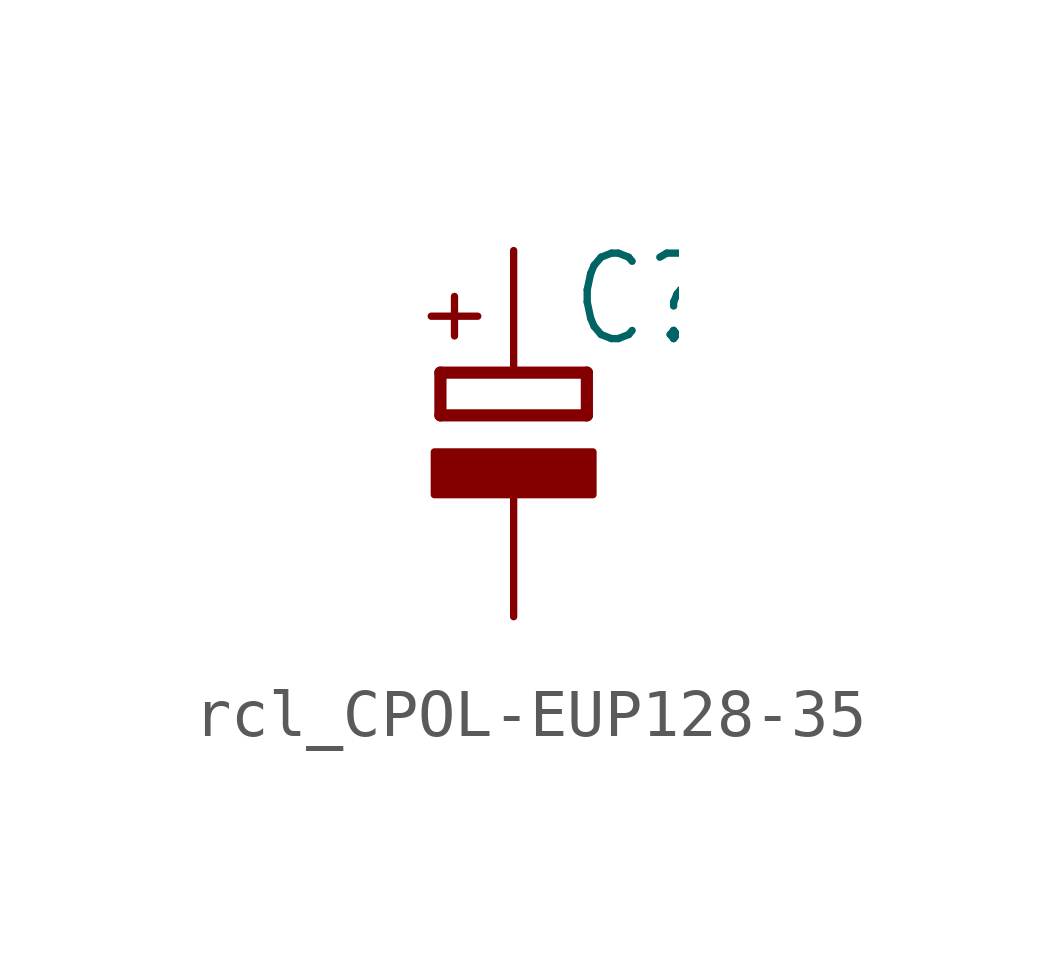
<source format=kicad_sym>
(kicad_symbol_lib
  (version 20231120)
  (generator "kicad_symbol_editor")
  (generator_version "8.0")
  (symbol "rcl_CPOL-EUP128-35"
    (property "Reference" "C"
      (at 1.143 0.483 0)
      (effects (font (size 1.778 1.511)) (justify left bottom)))
    (property "Value" ""
      (at 1.143 -4.597 0)
      (effects (font (size 1.778 1.511)) (justify left bottom)))
    (property "ki_locked" ""
      (at 0 0 0)
      (effects (font (size 1.27 1.27))))
    (symbol "rcl_CPOL-EUP128-35_1_0"
      (rectangle (start -1.651 -2.54) (end 1.651 -1.651) (stroke (width 0) (type default)) (fill (type outline)))
      (polyline (pts (xy -1.524 -0.889) (xy 1.524 -0.889)) (stroke (width 0.254) (type solid)) (fill (type none)))
      (polyline (pts (xy -1.524 0) (xy -1.524 -0.889)) (stroke (width 0.254) (type solid)) (fill (type none)))
      (polyline (pts (xy -1.524 0) (xy 1.524 0)) (stroke (width 0.254) (type solid)) (fill (type none)))
      (polyline (pts (xy 1.524 -0.889) (xy 1.524 0)) (stroke (width 0.254) (type solid)) (fill (type none)))
      (text "+" (at -0.584 0.406 900) (effects (font (size 1.27 1.079)) (justify left bottom)))
      (pin passive line (at 0 2.54 270) (length 2.54) (name "+" (effects (font (size 0 0)))) (number "+" (effects (font (size 0 0)))))
      (pin passive line (at 0 -5.08 90) (length 2.54) (name "-" (effects (font (size 0 0)))) (number "-" (effects (font (size 0 0))))))))
</source>
